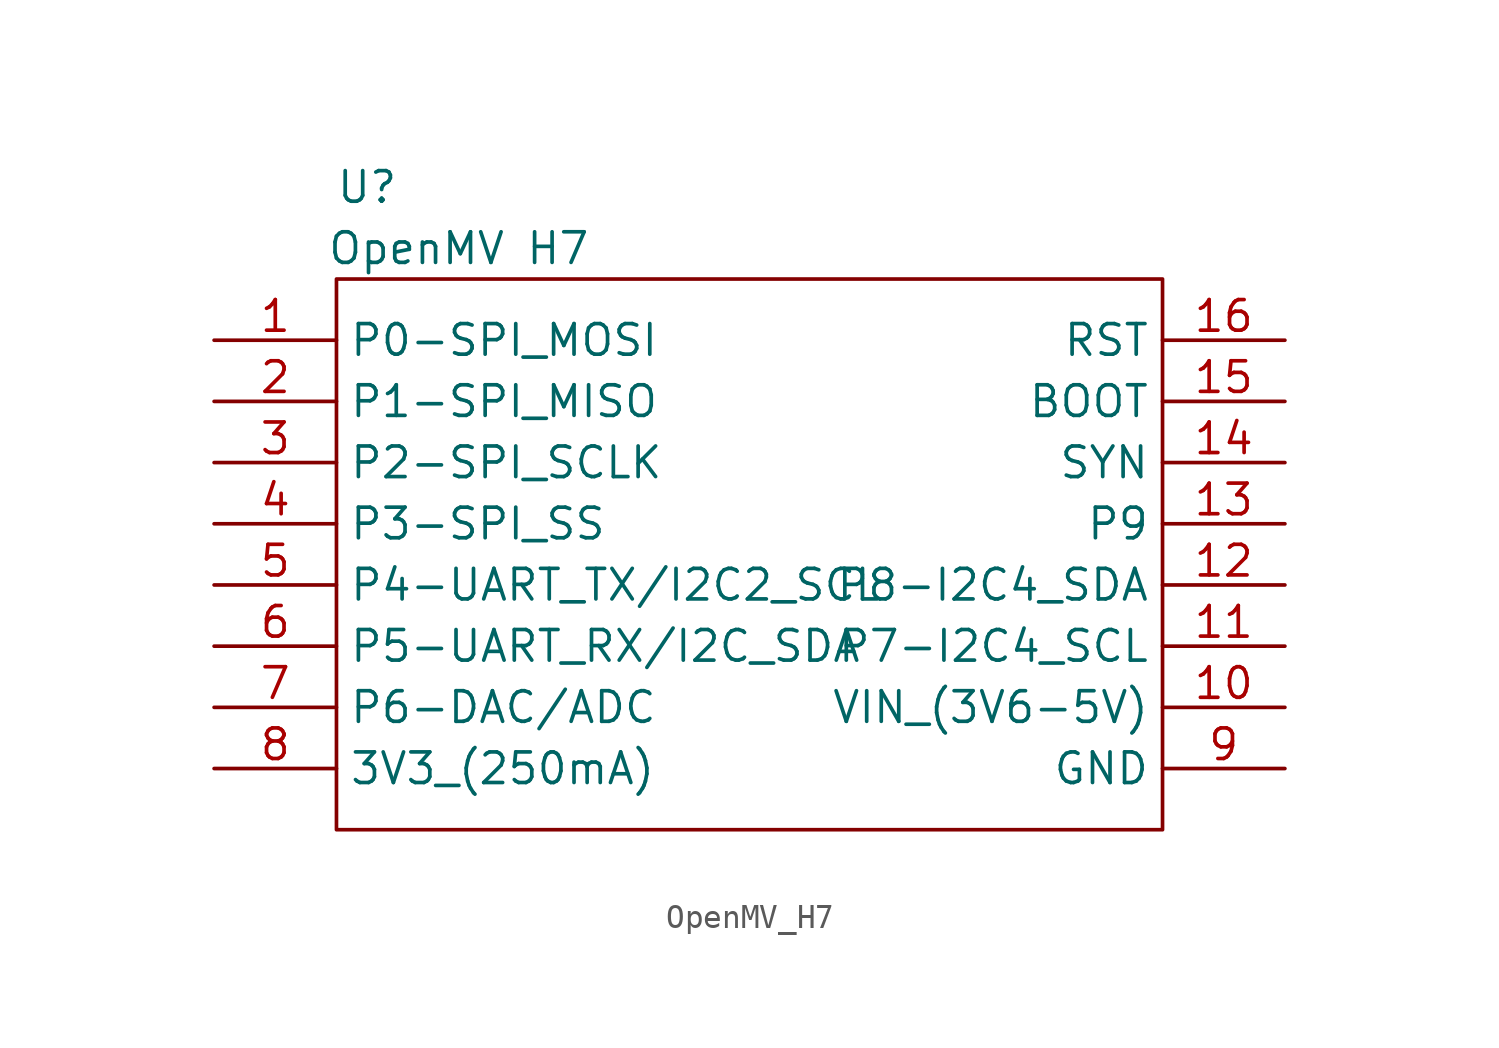
<source format=kicad_sym>
(kicad_symbol_lib
  (version 20220914)
  (generator kicad_symbol_editor)
  (symbol "OpenMV_H7"
    (property "Reference" "U"
      (at -16.51 3.81 0)
      (effects (font (size 1.27 1.27))))
    (property "Value" "OpenMV H7"
      (at -12.7 1.27 0)
      (effects (font (size 1.27 1.27))))
    (symbol "OpenMV_H7_0_1"
      (rectangle (start -17.78 0) (end 16.51 -22.86) (stroke (width 0) (type default)) (fill (type none))))
    (symbol "OpenMV_H7_1_1"
      (pin input line (at -22.86 -2.54 0) (length 5.08) (name "P0-SPI_MOSI" (effects (font (size 1.27 1.27)))) (number "1" (effects (font (size 1.27 1.27)))))
      (pin power_in line (at 21.59 -17.78 180) (length 5.08) (name "VIN_(3V6-5V)" (effects (font (size 1.27 1.27)))) (number "10" (effects (font (size 1.27 1.27)))))
      (pin input line (at 21.59 -15.24 180) (length 5.08) (name "P7-I2C4_SCL" (effects (font (size 1.27 1.27)))) (number "11" (effects (font (size 1.27 1.27)))))
      (pin bidirectional line (at 21.59 -12.7 180) (length 5.08) (name "P8-I2C4_SDA" (effects (font (size 1.27 1.27)))) (number "12" (effects (font (size 1.27 1.27)))))
      (pin input line (at 21.59 -10.16 180) (length 5.08) (name "P9" (effects (font (size 1.27 1.27)))) (number "13" (effects (font (size 1.27 1.27)))))
      (pin input line (at 21.59 -7.62 180) (length 5.08) (name "SYN" (effects (font (size 1.27 1.27)))) (number "14" (effects (font (size 1.27 1.27)))))
      (pin input line (at 21.59 -5.08 180) (length 5.08) (name "BOOT" (effects (font (size 1.27 1.27)))) (number "15" (effects (font (size 1.27 1.27)))))
      (pin input line (at 21.59 -2.54 180) (length 5.08) (name "RST" (effects (font (size 1.27 1.27)))) (number "16" (effects (font (size 1.27 1.27)))))
      (pin input line (at -22.86 -5.08 0) (length 5.08) (name "P1-SPI_MISO" (effects (font (size 1.27 1.27)))) (number "2" (effects (font (size 1.27 1.27)))))
      (pin input line (at -22.86 -7.62 0) (length 5.08) (name "P2-SPI_SCLK" (effects (font (size 1.27 1.27)))) (number "3" (effects (font (size 1.27 1.27)))))
      (pin input line (at -22.86 -10.16 0) (length 5.08) (name "P3-SPI_SS" (effects (font (size 1.27 1.27)))) (number "4" (effects (font (size 1.27 1.27)))))
      (pin input line (at -22.86 -12.7 0) (length 5.08) (name "P4-UART_TX/I2C2_SCL" (effects (font (size 1.27 1.27)))) (number "5" (effects (font (size 1.27 1.27)))))
      (pin bidirectional line (at -22.86 -15.24 0) (length 5.08) (name "P5-UART_RX/I2C_SDA" (effects (font (size 1.27 1.27)))) (number "6" (effects (font (size 1.27 1.27)))))
      (pin input line (at -22.86 -17.78 0) (length 5.08) (name "P6-DAC/ADC" (effects (font (size 1.27 1.27)))) (number "7" (effects (font (size 1.27 1.27)))))
      (pin power_out line (at -22.86 -20.32 0) (length 5.08) (name "3V3_(250mA)" (effects (font (size 1.27 1.27)))) (number "8" (effects (font (size 1.27 1.27)))))
      (pin power_in line (at 21.59 -20.32 180) (length 5.08) (name "GND" (effects (font (size 1.27 1.27)))) (number "9" (effects (font (size 1.27 1.27))))))))
</source>
